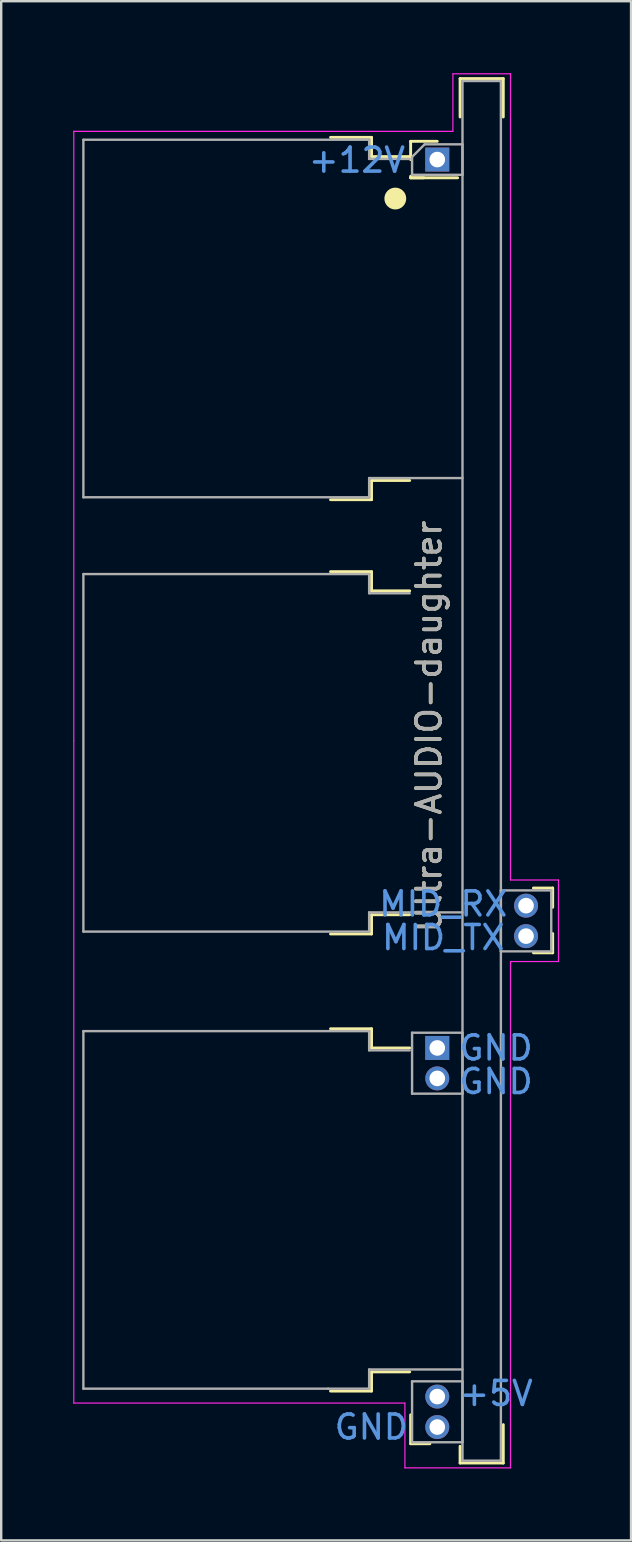
<source format=kicad_pcb>
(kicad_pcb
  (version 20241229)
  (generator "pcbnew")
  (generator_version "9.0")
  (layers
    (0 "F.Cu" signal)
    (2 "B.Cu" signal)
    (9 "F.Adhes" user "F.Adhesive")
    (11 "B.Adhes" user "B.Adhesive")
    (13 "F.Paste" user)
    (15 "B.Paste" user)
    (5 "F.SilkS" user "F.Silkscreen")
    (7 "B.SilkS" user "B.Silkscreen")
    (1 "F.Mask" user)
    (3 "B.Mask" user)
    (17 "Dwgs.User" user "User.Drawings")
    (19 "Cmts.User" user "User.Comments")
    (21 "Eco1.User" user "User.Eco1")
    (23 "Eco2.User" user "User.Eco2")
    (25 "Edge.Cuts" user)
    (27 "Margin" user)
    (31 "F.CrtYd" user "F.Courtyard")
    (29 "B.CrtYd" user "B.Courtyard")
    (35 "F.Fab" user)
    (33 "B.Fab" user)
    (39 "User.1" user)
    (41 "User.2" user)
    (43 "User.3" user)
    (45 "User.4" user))
  (footprint "Ultra-AUDIO-daughter"
    (layer "F.Cu")
    (at 17.825 27.825)
    (property "Reference" "Ultra-AUDIO-daughter" (at -3 -0.6 270) (layer "F.SilkS") (effects (font (size 1 1) (thickness 0.15))))
    (attr through_hole exclude_from_bom)
    (fp_line (start -7.1 -25.15) (end -5.39 -25.15) (stroke (width 0.12) (type solid)) (layer "F.SilkS"))
    (fp_line (start -7.1 -10.05) (end -5.39 -10.05) (stroke (width 0.12) (type solid)) (layer "F.SilkS"))
    (fp_line (start -7.1 -7.05) (end -5.39 -7.05) (stroke (width 0.12) (type solid)) (layer "F.SilkS"))
    (fp_line (start -7.1 8.05) (end -5.39 8.05) (stroke (width 0.12) (type solid)) (layer "F.SilkS"))
    (fp_line (start -7.1 12) (end -5.39 12) (stroke (width 0.12) (type solid)) (layer "F.SilkS"))
    (fp_line (start -7.1 27.1) (end -5.39 27.1) (stroke (width 0.12) (type solid)) (layer "F.SilkS"))
    (fp_line (start -5.39 -24.35) (end -5.39 -25.15) (stroke (width 0.12) (type solid)) (layer "F.SilkS"))
    (fp_line (start -5.39 -24.35) (end -3.8 -24.35) (stroke (width 0.12) (type solid)) (layer "F.SilkS"))
    (fp_line (start -5.39 -10.85) (end -5.39 -10.05) (stroke (width 0.12) (type solid)) (layer "F.SilkS"))
    (fp_line (start -5.39 -10.85) (end -3.8 -10.85) (stroke (width 0.12) (type solid)) (layer "F.SilkS"))
    (fp_line (start -5.39 -6.25) (end -5.39 -7.05) (stroke (width 0.12) (type solid)) (layer "F.SilkS"))
    (fp_line (start -5.39 -6.25) (end -3.8 -6.25) (stroke (width 0.12) (type solid)) (layer "F.SilkS"))
    (fp_line (start -5.39 7.25) (end -5.39 8.05) (stroke (width 0.12) (type solid)) (layer "F.SilkS"))
    (fp_line (start -5.39 7.25) (end -3.8 7.25) (stroke (width 0.12) (type solid)) (layer "F.SilkS"))
    (fp_line (start -5.39 12.8) (end -5.39 12) (stroke (width 0.12) (type solid)) (layer "F.SilkS"))
    (fp_line (start -5.39 12.8) (end -3.8 12.8) (stroke (width 0.12) (type solid)) (layer "F.SilkS"))
    (fp_line (start -5.39 26.3) (end -5.39 27.1) (stroke (width 0.12) (type solid)) (layer "F.SilkS"))
    (fp_line (start -5.39 26.3) (end -3.8 26.3) (stroke (width 0.12) (type solid)) (layer "F.SilkS"))
    (fp_line (start -3.761 -24.985) (end -2.651 -24.985) (stroke (width 0.12) (type solid)) (layer "F.SilkS"))
    (fp_line (start -3.761 -24.225) (end -3.761 -24.985) (stroke (width 0.12) (type solid)) (layer "F.SilkS"))
    (fp_line (start -3.761 -23.465) (end -3.761 -23.53) (stroke (width 0.12) (type solid)) (layer "F.SilkS"))
    (fp_line (start -3.761 -23.465) (end -3.215 -23.465) (stroke (width 0.12) (type solid)) (layer "F.SilkS"))
    (fp_line (start -3.761 -23.465) (end -1.801 -23.465) (stroke (width 0.12) (type solid)) (layer "F.SilkS"))
    (fp_line (start -3.761 28.09) (end -3.761 29.295) (stroke (width 0.12) (type solid)) (layer "F.SilkS"))
    (fp_line (start -3.761 29.295) (end -2.959 29.295) (stroke (width 0.12) (type solid)) (layer "F.SilkS"))
    (fp_line (start -1.7 -27.6) (end 0.1 -27.6) (stroke (width 0.12) (type solid)) (layer "F.SilkS"))
    (fp_line (start -1.7 -26) (end -1.7 -27.6) (stroke (width 0.12) (type solid)) (layer "F.SilkS"))
    (fp_line (start -1.7 29.4) (end -1.7 30.1) (stroke (width 0.12) (type solid)) (layer "F.SilkS"))
    (fp_line (start -1.7 30.1) (end 0.1 30.1) (stroke (width 0.12) (type solid)) (layer "F.SilkS"))
    (fp_line (start 0.1 -26) (end 0.1 -27.6) (stroke (width 0.12) (type solid)) (layer "F.SilkS"))
    (fp_line (start 0.1 28.5) (end 0.1 30.1) (stroke (width 0.12) (type solid)) (layer "F.SilkS"))
    (fp_line (start 1.356 6.135) (end 2.159 6.135) (stroke (width 0.12) (type solid)) (layer "F.SilkS"))
    (fp_line (start 1.356 8.835) (end 2.159 8.835) (stroke (width 0.12) (type solid)) (layer "F.SilkS"))
    (fp_line (start 2.159 6.937) (end 2.159 6.135) (stroke (width 0.12) (type solid)) (layer "F.SilkS"))
    (fp_line (start 2.159 8.033) (end 2.159 8.835) (stroke (width 0.12) (type solid)) (layer "F.SilkS"))
    (fp_circle (center -4.4 -22.6) (end -4.07 -22.6) (stroke (width 0.25) (type solid)) (fill yes) (layer "F.SilkS"))
    (fp_line (start -17.8 -25.4) (end -17.8 0) (stroke (width 0.05) (type solid)) (layer "F.CrtYd"))
    (fp_line (start -17.8 27.6) (end -17.8 0) (stroke (width 0.05) (type solid)) (layer "F.CrtYd"))
    (fp_line (start -17.8 27.6) (end -4 27.6) (stroke (width 0.05) (type solid)) (layer "F.CrtYd"))
    (fp_line (start -4 30.3) (end -4 27.6) (stroke (width 0.05) (type solid)) (layer "F.CrtYd"))
    (fp_line (start -2 -27.8) (end -2 -25.4) (stroke (width 0.05) (type solid)) (layer "F.CrtYd"))
    (fp_line (start -2 -25.4) (end -17.8 -25.4) (stroke (width 0.05) (type solid)) (layer "F.CrtYd"))
    (fp_line (start 0.4 -27.8) (end -2 -27.8) (stroke (width 0.05) (type solid)) (layer "F.CrtYd"))
    (fp_line (start 0.4 5.8) (end 0.4 -27.8) (stroke (width 0.05) (type solid)) (layer "F.CrtYd"))
    (fp_line (start 0.4 9.2) (end 2.4 9.2) (stroke (width 0.05) (type solid)) (layer "F.CrtYd"))
    (fp_line (start 0.4 30.3) (end -4 30.3) (stroke (width 0.05) (type solid)) (layer "F.CrtYd"))
    (fp_line (start 0.4 30.3) (end 0.4 9.2) (stroke (width 0.05) (type solid)) (layer "F.CrtYd"))
    (fp_line (start 2.4 5.8) (end 0.4 5.8) (stroke (width 0.05) (type solid)) (layer "F.CrtYd"))
    (fp_line (start 2.4 9.2) (end 2.4 5.8) (stroke (width 0.05) (type solid)) (layer "F.CrtYd"))
    (fp_line (start -17.4 -25.05) (end -17.4 -10.15) (stroke (width 0.1) (type solid)) (layer "F.Fab"))
    (fp_line (start -17.4 -25.05) (end -5.49 -25.05) (stroke (width 0.1) (type solid)) (layer "F.Fab"))
    (fp_line (start -17.4 -10.15) (end -5.49 -10.15) (stroke (width 0.1) (type solid)) (layer "F.Fab"))
    (fp_line (start -17.4 -6.95) (end -17.4 7.95) (stroke (width 0.1) (type solid)) (layer "F.Fab"))
    (fp_line (start -17.4 -6.95) (end -5.49 -6.95) (stroke (width 0.1) (type solid)) (layer "F.Fab"))
    (fp_line (start -17.4 7.95) (end -5.49 7.95) (stroke (width 0.1) (type solid)) (layer "F.Fab"))
    (fp_line (start -17.4 12.1) (end -17.4 27) (stroke (width 0.1) (type solid)) (layer "F.Fab"))
    (fp_line (start -17.4 12.1) (end -5.49 12.1) (stroke (width 0.1) (type solid)) (layer "F.Fab"))
    (fp_line (start -17.4 27) (end -7.2 27) (stroke (width 0.1) (type solid)) (layer "F.Fab"))
    (fp_line (start -7.2 27) (end -5.49 27) (stroke (width 0.1) (type solid)) (layer "F.Fab"))
    (fp_line (start -5.49 -24.25) (end -5.49 -25.05) (stroke (width 0.1) (type solid)) (layer "F.Fab"))
    (fp_line (start -5.49 -24.25) (end -3.8 -24.25) (stroke (width 0.1) (type solid)) (layer "F.Fab"))
    (fp_line (start -5.49 -10.95) (end -5.49 -10.15) (stroke (width 0.1) (type solid)) (layer "F.Fab"))
    (fp_line (start -5.49 -10.95) (end -1.6 -10.95) (stroke (width 0.1) (type solid)) (layer "F.Fab"))
    (fp_line (start -5.49 -6.15) (end -5.49 -6.95) (stroke (width 0.1) (type solid)) (layer "F.Fab"))
    (fp_line (start -5.49 -6.15) (end -3.8 -6.15) (stroke (width 0.1) (type solid)) (layer "F.Fab"))
    (fp_line (start -5.49 7.15) (end -5.49 7.95) (stroke (width 0.1) (type solid)) (layer "F.Fab"))
    (fp_line (start -5.49 7.15) (end -1.6 7.15) (stroke (width 0.1) (type solid)) (layer "F.Fab"))
    (fp_line (start -5.49 12.9) (end -5.49 12.1) (stroke (width 0.1) (type solid)) (layer "F.Fab"))
    (fp_line (start -5.49 12.9) (end -3.8 12.9) (stroke (width 0.1) (type solid)) (layer "F.Fab"))
    (fp_line (start -5.49 26.2) (end -5.49 27) (stroke (width 0.1) (type solid)) (layer "F.Fab"))
    (fp_line (start -5.49 26.2) (end -1.6 26.2) (stroke (width 0.1) (type solid)) (layer "F.Fab"))
    (fp_line (start -3.701 -24.335) (end -3.176 -24.86) (stroke (width 0.1) (type solid)) (layer "F.Fab"))
    (fp_line (start -3.701 -23.59) (end -3.701 -24.335) (stroke (width 0.1) (type solid)) (layer "F.Fab"))
    (fp_line (start -3.701 14.705) (end -3.701 12.165) (stroke (width 0.1) (type solid)) (layer "F.Fab"))
    (fp_line (start -3.701 29.235) (end -3.701 26.695) (stroke (width 0.1) (type solid)) (layer "F.Fab"))
    (fp_line (start -3.176 -24.86) (end -1.601 -24.86) (stroke (width 0.1) (type solid)) (layer "F.Fab"))
    (fp_line (start -1.601 -24.86) (end -1.601 -23.59) (stroke (width 0.1) (type solid)) (layer "F.Fab"))
    (fp_line (start -1.601 -23.59) (end -3.701 -23.59) (stroke (width 0.1) (type solid)) (layer "F.Fab"))
    (fp_line (start -1.601 12.165) (end -3.701 12.165) (stroke (width 0.1) (type solid)) (layer "F.Fab"))
    (fp_line (start -1.601 12.165) (end -1.601 14.705) (stroke (width 0.1) (type solid)) (layer "F.Fab"))
    (fp_line (start -1.601 14.705) (end -3.701 14.705) (stroke (width 0.1) (type solid)) (layer "F.Fab"))
    (fp_line (start -1.601 26.695) (end -3.701 26.695) (stroke (width 0.1) (type solid)) (layer "F.Fab"))
    (fp_line (start -1.601 26.695) (end -1.601 29.235) (stroke (width 0.1) (type solid)) (layer "F.Fab"))
    (fp_line (start -1.601 29.235) (end -3.701 29.235) (stroke (width 0.1) (type solid)) (layer "F.Fab"))
    (fp_line (start -1.6 30) (end -1.6 -27.5) (stroke (width 0.1) (type solid)) (layer "F.Fab"))
    (fp_line (start -0.001 8.775) (end -0.001 6.235) (stroke (width 0.1) (type solid)) (layer "F.Fab"))
    (fp_line (start 0 -27.5) (end -1.6 -27.5) (stroke (width 0.1) (type solid)) (layer "F.Fab"))
    (fp_line (start 0 30) (end -1.6 30) (stroke (width 0.1) (type solid)) (layer "F.Fab"))
    (fp_line (start 0 30) (end 0 -27.5) (stroke (width 0.1) (type solid)) (layer "F.Fab"))
    (fp_line (start 2.099 6.235) (end -0.001 6.235) (stroke (width 0.1) (type solid)) (layer "F.Fab"))
    (fp_line (start 2.099 6.235) (end 2.099 8.775) (stroke (width 0.1) (type solid)) (layer "F.Fab"))
    (fp_line (start 2.099 8.775) (end -0.001 8.775) (stroke (width 0.1) (type solid)) (layer "F.Fab"))
    (fp_text user "GND" (at -0.2 12.8 0) (unlocked yes) (layer "Cmts.User") (effects (font (size 1 1) (thickness 0.15))))
    (fp_text user "MID_RX" (at -2.4 6.8 0) (unlocked yes) (layer "Cmts.User") (effects (font (size 1 1) (thickness 0.15))))
    (fp_text user "+5V" (at -0.2 27.2 0) (unlocked yes) (layer "Cmts.User") (effects (font (size 1 1) (thickness 0.15))))
    (fp_text user "MID_TX" (at -2.4 8.2 0) (unlocked yes) (layer "Cmts.User") (effects (font (size 1 1) (thickness 0.15))))
    (fp_text user "GND" (at -5.4 28.6 0) (unlocked yes) (layer "Cmts.User") (effects (font (size 1 1) (thickness 0.15))))
    (fp_text user "GND" (at -0.2 14.2 0) (unlocked yes) (layer "Cmts.User") (effects (font (size 1 1) (thickness 0.15))))
    (fp_text user "+12V" (at -6 -24.2 0) (unlocked yes) (layer "Cmts.User") (effects (font (size 1 1) (thickness 0.15))))
    (fp_text user "${REFERENCE}" (at -3 -0.6 90) (layer "F.Fab") (effects (font (size 1 1) (thickness 0.15))))
    (pad "1" thru_hole rect (at -2.651 -24.225) (size 1 1) (drill 0.65) (layers "*.Cu" "*.Mask"))
    (pad "2" thru_hole circle (at 1.049 6.87) (size 1 1) (drill 0.65) (layers "*.Cu" "*.Mask"))
    (pad "3" thru_hole oval (at 1.049 8.14) (size 1 1) (drill 0.65) (layers "*.Cu" "*.Mask"))
    (pad "4" thru_hole rect (at -2.651 12.8) (size 1 1) (drill 0.65) (layers "*.Cu" "*.Mask"))
    (pad "5" thru_hole oval (at -2.651 14.07) (size 1 1) (drill 0.65) (layers "*.Cu" "*.Mask"))
    (pad "6" thru_hole circle (at -2.651 27.33) (size 1 1) (drill 0.65) (layers "*.Cu" "*.Mask"))
    (pad "7" thru_hole oval (at -2.651 28.6) (size 1 1) (drill 0.65) (layers "*.Cu" "*.Mask")))
  (gr_rect
    (start -3 -3)
    (end 23.25 61.15)
    (stroke (width 0.1) (type default))
    (fill no)
    (layer "Edge.Cuts")))
</source>
